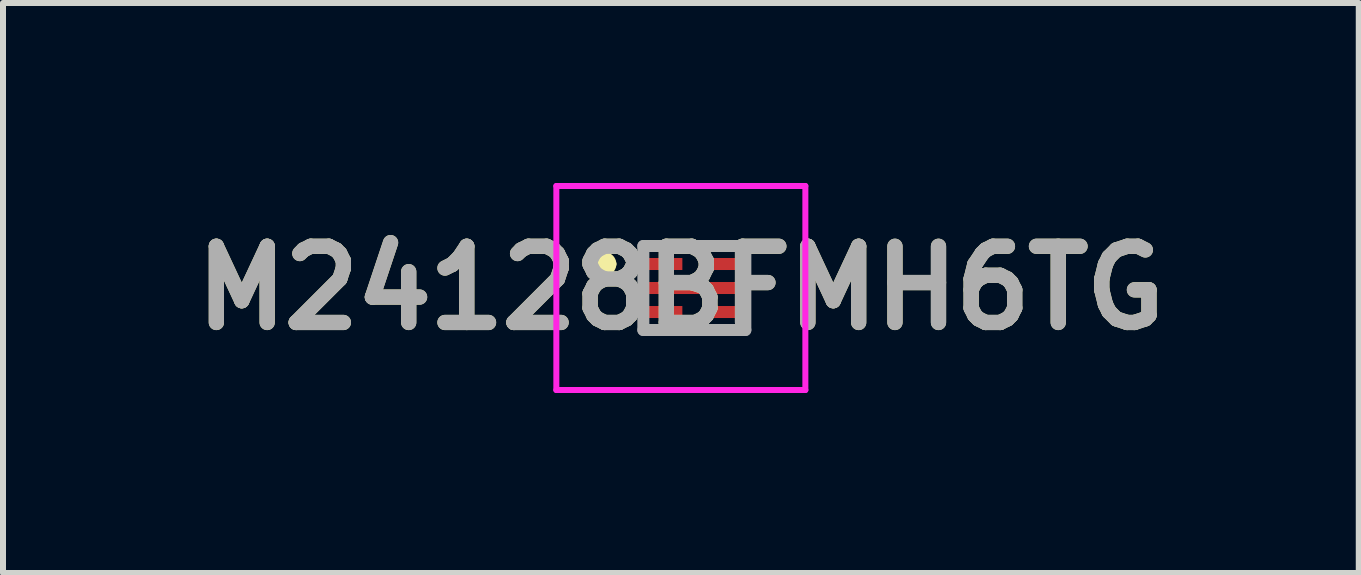
<source format=kicad_pcb>
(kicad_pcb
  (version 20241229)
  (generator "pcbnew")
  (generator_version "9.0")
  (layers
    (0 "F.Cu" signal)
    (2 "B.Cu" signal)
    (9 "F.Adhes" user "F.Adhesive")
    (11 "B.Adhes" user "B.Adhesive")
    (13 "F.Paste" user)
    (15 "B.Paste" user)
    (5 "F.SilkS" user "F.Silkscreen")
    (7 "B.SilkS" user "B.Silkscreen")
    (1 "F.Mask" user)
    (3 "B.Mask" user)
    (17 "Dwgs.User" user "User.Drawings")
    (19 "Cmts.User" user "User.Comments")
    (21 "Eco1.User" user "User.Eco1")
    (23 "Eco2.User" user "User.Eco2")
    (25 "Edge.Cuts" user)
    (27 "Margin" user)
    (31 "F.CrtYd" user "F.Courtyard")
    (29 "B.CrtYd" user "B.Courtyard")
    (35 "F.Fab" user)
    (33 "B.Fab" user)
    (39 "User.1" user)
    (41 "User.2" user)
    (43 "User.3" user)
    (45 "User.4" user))
  (footprint "M24128BFMH6TG"
    (layer "F.Cu")
    (at 8.522 1.75)
    (property "Reference" "M24128BFMH6TG" (at -0.225 0 0) (layer "F.SilkS") (effects (font (size 1.27 1.27) (thickness 0.254))))
    (attr smd)
    (fp_line (start -1.6 -0.4) (end -1.6 -0.4) (stroke (width 0.2) (type solid)) (layer "F.SilkS"))
    (fp_line (start -1.4 -0.4) (end -1.4 -0.4) (stroke (width 0.2) (type solid)) (layer "F.SilkS"))
    (fp_arc (start -1.6 -0.4) (mid -1.5 -0.5) (end -1.4 -0.4) (stroke (width 0.2) (type solid)) (layer "F.SilkS"))
    (fp_arc (start -1.4 -0.4) (mid -1.5 -0.3) (end -1.6 -0.4) (stroke (width 0.2) (type solid)) (layer "F.SilkS"))
    (fp_line (start -2.3 -1.7) (end 1.85 -1.7) (stroke (width 0.1) (type solid)) (layer "F.CrtYd"))
    (fp_line (start -2.3 1.7) (end -2.3 -1.7) (stroke (width 0.1) (type solid)) (layer "F.CrtYd"))
    (fp_line (start 1.85 -1.7) (end 1.85 1.7) (stroke (width 0.1) (type solid)) (layer "F.CrtYd"))
    (fp_line (start 1.85 1.7) (end -2.3 1.7) (stroke (width 0.1) (type solid)) (layer "F.CrtYd"))
    (fp_line (start -0.85 -0.7) (end 0.85 -0.7) (stroke (width 0.2) (type solid)) (layer "F.Fab"))
    (fp_line (start -0.85 0.7) (end -0.85 -0.7) (stroke (width 0.2) (type solid)) (layer "F.Fab"))
    (fp_line (start 0.85 -0.7) (end 0.85 0.7) (stroke (width 0.2) (type solid)) (layer "F.Fab"))
    (fp_line (start 0.85 0.7) (end -0.85 0.7) (stroke (width 0.2) (type solid)) (layer "F.Fab"))
    (fp_text user "${REFERENCE}" (at -0.225 0 0) (layer "F.Fab") (effects (font (size 1.27 1.27) (thickness 0.254))))
    (pad "1" smd rect (at -0.5 -0.4 90) (size 0.2 0.6) (layers "F.Cu" "F.Mask" "F.Paste"))
    (pad "2" smd rect (at 0 0 90) (size 0.2 1.6) (layers "F.Cu" "F.Mask" "F.Paste"))
    (pad "3" smd rect (at -0.5 0.4 90) (size 0.2 0.6) (layers "F.Cu" "F.Mask" "F.Paste"))
    (pad "4" smd rect (at 0.5 0.4 90) (size 0.2 0.6) (layers "F.Cu" "F.Mask" "F.Paste"))
    (pad "5" smd rect (at 0.5 -0.4 90) (size 0.2 0.6) (layers "F.Cu" "F.Mask" "F.Paste")))
  (gr_rect
    (start -3 -3)
    (end 19.595 6.5)
    (stroke (width 0.1) (type default))
    (fill no)
    (layer "Edge.Cuts")))
</source>
